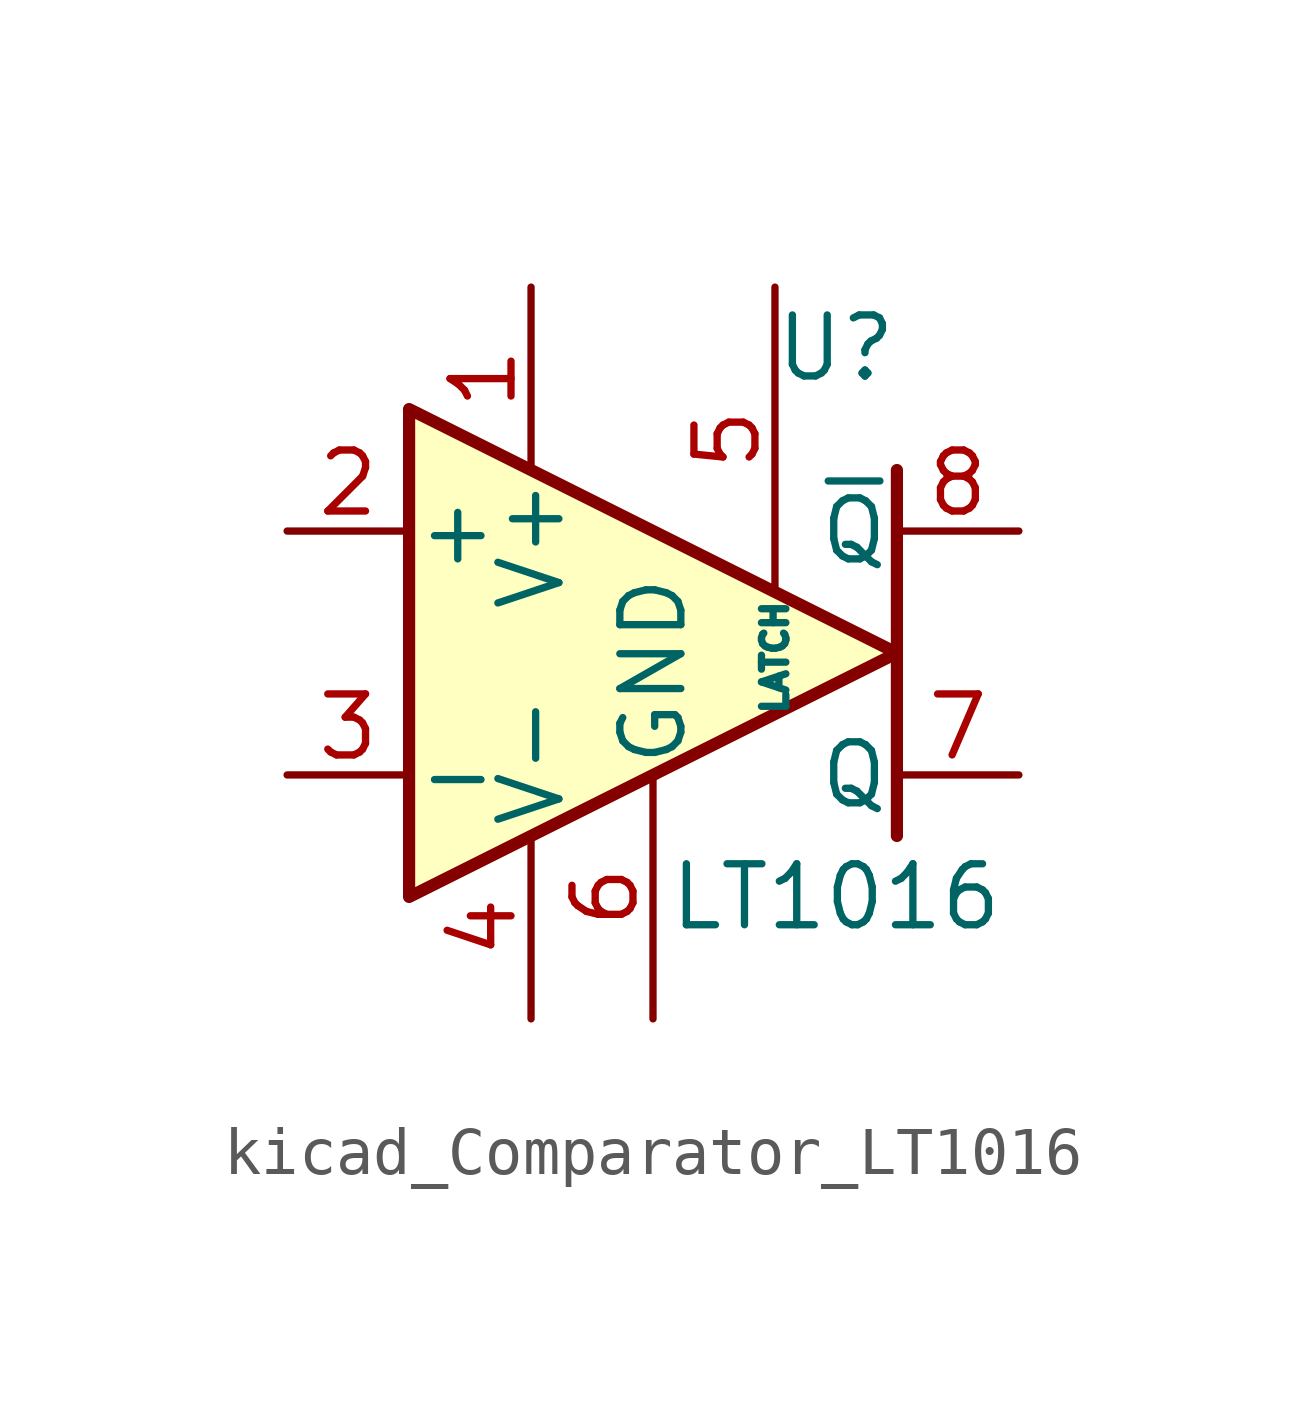
<source format=kicad_sym>
(kicad_symbol_lib
  (version 20220914)
  (generator kicad_symbol_editor)
  (symbol "kicad_Comparator_LT1016"
    (pin_names
      (offset 0.127))
    (property "Reference" "U"
      (at 3.81 6.35 0)
      (effects (font (size 1.27 1.27))))
    (property "Value" "LT1016"
      (at 3.81 -5.08 0)
      (effects (font (size 1.27 1.27))))
    (symbol "kicad_Comparator_LT1016_0_1"
      (polyline (pts (xy 5.08 3.81) (xy 5.08 -3.81)) (stroke (width 0.254) (type default)) (fill (type none)))
      (polyline (pts (xy -5.08 5.08) (xy 5.08 0) (xy -5.08 -5.08) (xy -5.08 5.08)) (stroke (width 0.254) (type default)) (fill (type background))))
    (symbol "kicad_Comparator_LT1016_1_1"
      (pin power_in line (at -2.54 7.62 270) (length 3.81) (name "V+" (effects (font (size 1.27 1.27)))) (number "1" (effects (font (size 1.27 1.27)))))
      (pin input line (at -7.62 2.54 0) (length 2.54) (name "+" (effects (font (size 1.27 1.27)))) (number "2" (effects (font (size 1.27 1.27)))))
      (pin input line (at -7.62 -2.54 0) (length 2.54) (name "-" (effects (font (size 1.27 1.27)))) (number "3" (effects (font (size 1.27 1.27)))))
      (pin power_in line (at -2.54 -7.62 90) (length 3.81) (name "V-" (effects (font (size 1.27 1.27)))) (number "4" (effects (font (size 1.27 1.27)))))
      (pin input line (at 2.54 7.62 270) (length 6.35) (name "LATCH" (effects (font (size 0.508 0.508)))) (number "5" (effects (font (size 1.27 1.27)))))
      (pin power_in line (at 0 -7.62 90) (length 5.08) (name "GND" (effects (font (size 1.27 1.27)))) (number "6" (effects (font (size 1.27 1.27)))))
      (pin output line (at 7.62 -2.54 180) (length 2.54) (name "Q" (effects (font (size 1.27 1.27)))) (number "7" (effects (font (size 1.27 1.27)))))
      (pin output line (at 7.62 2.54 180) (length 2.54) (name "~{Q}" (effects (font (size 1.27 1.27)))) (number "8" (effects (font (size 1.27 1.27))))))))
</source>
